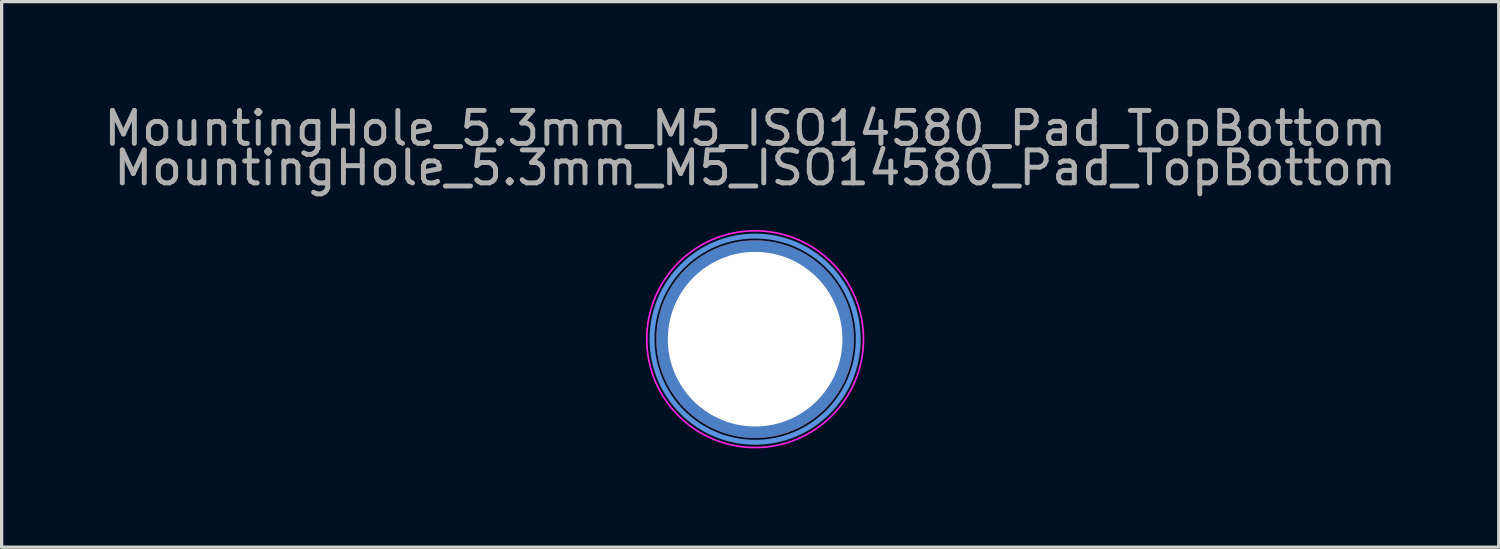
<source format=kicad_pcb>
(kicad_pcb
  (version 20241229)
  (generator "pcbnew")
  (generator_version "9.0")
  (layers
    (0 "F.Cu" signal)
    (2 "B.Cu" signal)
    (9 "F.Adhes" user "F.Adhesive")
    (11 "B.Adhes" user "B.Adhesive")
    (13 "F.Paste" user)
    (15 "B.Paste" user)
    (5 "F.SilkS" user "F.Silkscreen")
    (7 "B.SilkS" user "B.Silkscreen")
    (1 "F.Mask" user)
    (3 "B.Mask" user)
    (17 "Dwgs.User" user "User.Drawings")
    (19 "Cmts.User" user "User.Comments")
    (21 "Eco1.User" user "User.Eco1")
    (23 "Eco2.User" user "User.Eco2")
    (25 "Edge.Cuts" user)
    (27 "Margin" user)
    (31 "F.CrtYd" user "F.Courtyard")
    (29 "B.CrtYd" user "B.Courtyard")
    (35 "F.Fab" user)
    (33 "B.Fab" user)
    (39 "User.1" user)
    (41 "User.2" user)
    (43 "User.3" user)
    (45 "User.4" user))
  (footprint "MountingHole_5.3mm_M5_ISO14580_Pad_TopBottom"
    (layer "F.Cu")
    (at 19.877 7.248)
    (property "Reference" "MountingHole_5.3mm_M5_ISO14580_Pad_TopBottom" (at 0 -5.2 0) (layer "F.Fab") (effects (font (size 1 1) (thickness 0.15))))
    (attr exclude_from_pos_files exclude_from_bom)
    (fp_circle (center 0 0) (end 3.13 -0.02) (stroke (width 0.15) (type solid)) (fill no) (layer "Cmts.User"))
    (fp_circle (center 0 0) (end 3.29 -0.03) (stroke (width 0.05) (type solid)) (fill no) (layer "F.CrtYd"))
    (fp_text user "${REFERENCE}" (at -0.3 -6.4 0) (layer "F.Fab") (effects (font (size 1 1) (thickness 0.15))))
    (pad "" thru_hole circle (at 0 0) (size 5.7 5.7) (drill 5.3) (layers "*.Cu" "*.Mask"))
    (pad "1" connect circle (at 0 0) (size 6 6) (layers "F.Cu" "F.Mask"))
    (pad "1" connect circle (at 0 0) (size 6 6) (layers "B.Cu" "B.Mask")))
  (gr_rect
    (start -3 -3)
    (end 42.455 13.563)
    (stroke (width 0.1) (type default))
    (fill no)
    (layer "Edge.Cuts")))
</source>
